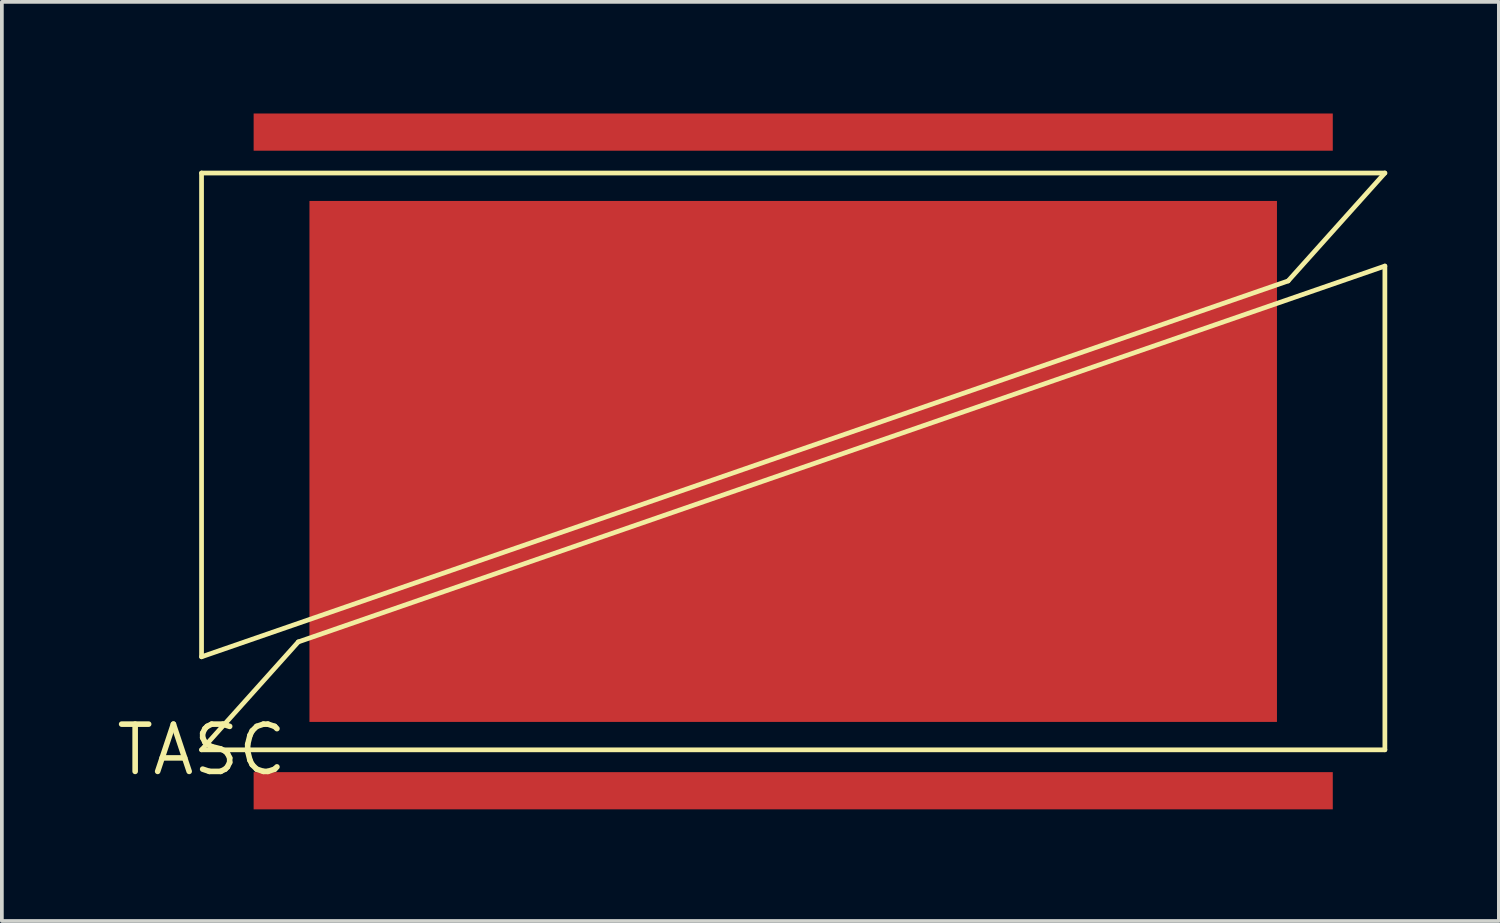
<source format=kicad_pcb>
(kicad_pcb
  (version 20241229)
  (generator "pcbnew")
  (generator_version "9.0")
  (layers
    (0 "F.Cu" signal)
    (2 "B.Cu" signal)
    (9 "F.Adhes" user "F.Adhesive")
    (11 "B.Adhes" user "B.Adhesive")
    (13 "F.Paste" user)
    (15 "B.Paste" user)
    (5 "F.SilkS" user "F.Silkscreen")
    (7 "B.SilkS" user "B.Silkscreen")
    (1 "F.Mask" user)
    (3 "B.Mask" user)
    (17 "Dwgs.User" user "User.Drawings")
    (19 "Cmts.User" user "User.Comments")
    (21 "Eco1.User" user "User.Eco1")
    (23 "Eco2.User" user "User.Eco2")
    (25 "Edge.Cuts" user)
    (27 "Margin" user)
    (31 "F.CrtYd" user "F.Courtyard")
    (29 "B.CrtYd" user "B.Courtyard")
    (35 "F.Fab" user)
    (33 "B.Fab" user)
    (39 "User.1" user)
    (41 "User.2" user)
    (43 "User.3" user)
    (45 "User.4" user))
  (footprint "TASC"
    (layer "F.Cu")
    (at 2.366 17.1)
    (property "Reference" "TASC" (at 0 0 0) (layer "F.SilkS") (effects (font (size 1.27 1.27) (thickness 0.15))))
    (attr through_hole)
    (fp_line (start 0 -15.5) (end 0 -2.5) (stroke (width 0.127) (type solid)) (layer "F.SilkS"))
    (fp_line (start 0 -2.5) (end 29.2 -12.6) (stroke (width 0.127) (type solid)) (layer "F.SilkS"))
    (fp_line (start 0 0) (end 2.6 -2.9) (stroke (width 0.127) (type solid)) (layer "F.SilkS"))
    (fp_line (start 0 0) (end 31.8 0) (stroke (width 0.127) (type solid)) (layer "F.SilkS"))
    (fp_line (start 31.8 -15.5) (end 0 -15.5) (stroke (width 0.127) (type solid)) (layer "F.SilkS"))
    (fp_line (start 31.8 -15.5) (end 29.2 -12.6) (stroke (width 0.127) (type solid)) (layer "F.SilkS"))
    (fp_line (start 31.8 -13) (end 2.6 -2.9) (stroke (width 0.127) (type solid)) (layer "F.SilkS"))
    (fp_line (start 31.8 0) (end 31.8 -13) (stroke (width 0.127) (type solid)) (layer "F.SilkS"))
    (pad "MINUS1" smd rect (at 15.9 -16.6) (size 29 1) (layers "F.Cu" "F.Mask" "F.Paste"))
    (pad "MINUS2" smd rect (at 15.9 1.1) (size 29 1) (layers "F.Cu" "F.Mask" "F.Paste"))
    (pad "PLUS" smd rect (at 15.9 -7.75) (size 26 14) (layers "F.Cu" "F.Mask" "F.Paste")))
  (gr_rect
    (start -3 -3)
    (end 37.229 21.7)
    (stroke (width 0.1) (type default))
    (fill no)
    (layer "Edge.Cuts")))
</source>
